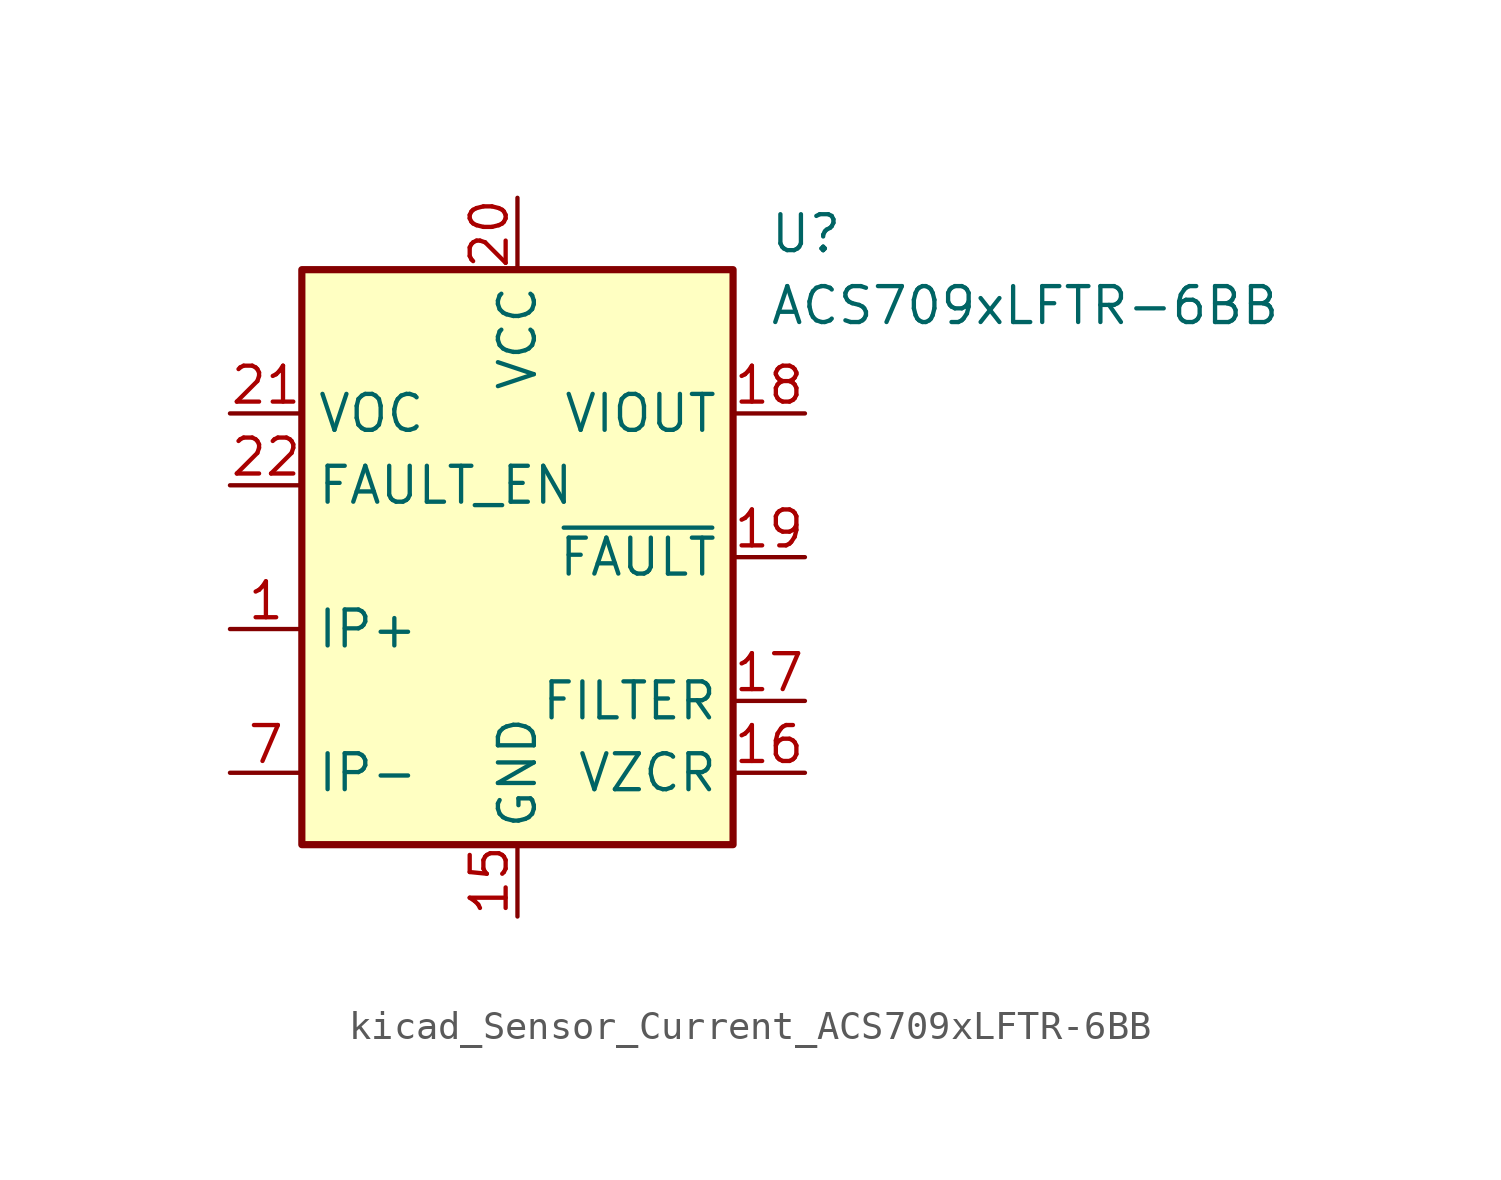
<source format=kicad_sym>
(kicad_symbol_lib
  (version 20220914)
  (generator kicad_symbol_editor)
  (symbol "kicad_Sensor_Current_ACS709xLFTR-6BB"
    (property "Reference" "U"
      (at 8.89 11.43 0)
      (effects (font (size 1.27 1.27)) (justify left)))
    (property "Value" "ACS709xLFTR-6BB"
      (at 8.89 8.89 0)
      (effects (font (size 1.27 1.27)) (justify left)))
    (symbol "kicad_Sensor_Current_ACS709xLFTR-6BB_0_1"
      (rectangle (start -7.62 10.16) (end 7.62 -10.16) (stroke (width 0.254) (type default)) (fill (type background))))
    (symbol "kicad_Sensor_Current_ACS709xLFTR-6BB_1_1"
      (pin passive line (at -10.16 -2.54 0) (length 2.54) (name "IP+" (effects (font (size 1.27 1.27)))) (number "1" (effects (font (size 1.27 1.27)))))
      (pin passive line (at -10.16 -7.62 0) (length 2.54) hide (name "IP-" (effects (font (size 1.27 1.27)))) (number "10" (effects (font (size 1.27 1.27)))))
      (pin passive line (at -10.16 -7.62 0) (length 2.54) hide (name "IP-" (effects (font (size 1.27 1.27)))) (number "11" (effects (font (size 1.27 1.27)))))
      (pin passive line (at -10.16 -7.62 0) (length 2.54) hide (name "IP-" (effects (font (size 1.27 1.27)))) (number "12" (effects (font (size 1.27 1.27)))))
      (pin no_connect line (at -7.62 10.16 0) (length 2.54) hide (name "NC" (effects (font (size 1.27 1.27)))) (number "13" (effects (font (size 1.27 1.27)))))
      (pin no_connect line (at -7.62 7.62 0) (length 2.54) hide (name "NC" (effects (font (size 1.27 1.27)))) (number "14" (effects (font (size 1.27 1.27)))))
      (pin power_in line (at 0 -12.7 90) (length 2.54) (name "GND" (effects (font (size 1.27 1.27)))) (number "15" (effects (font (size 1.27 1.27)))))
      (pin passive line (at 10.16 -7.62 180) (length 2.54) (name "VZCR" (effects (font (size 1.27 1.27)))) (number "16" (effects (font (size 1.27 1.27)))))
      (pin passive line (at 10.16 -5.08 180) (length 2.54) (name "FILTER" (effects (font (size 1.27 1.27)))) (number "17" (effects (font (size 1.27 1.27)))))
      (pin output line (at 10.16 5.08 180) (length 2.54) (name "VIOUT" (effects (font (size 1.27 1.27)))) (number "18" (effects (font (size 1.27 1.27)))))
      (pin output line (at 10.16 0 180) (length 2.54) (name "~{FAULT}" (effects (font (size 1.27 1.27)))) (number "19" (effects (font (size 1.27 1.27)))))
      (pin passive line (at -10.16 -2.54 0) (length 2.54) hide (name "IP+" (effects (font (size 1.27 1.27)))) (number "2" (effects (font (size 1.27 1.27)))))
      (pin power_in line (at 0 12.7 270) (length 2.54) (name "VCC" (effects (font (size 1.27 1.27)))) (number "20" (effects (font (size 1.27 1.27)))))
      (pin input line (at -10.16 5.08 0) (length 2.54) (name "VOC" (effects (font (size 1.27 1.27)))) (number "21" (effects (font (size 1.27 1.27)))))
      (pin input line (at -10.16 2.54 0) (length 2.54) (name "FAULT_EN" (effects (font (size 1.27 1.27)))) (number "22" (effects (font (size 1.27 1.27)))))
      (pin no_connect line (at -7.62 0 0) (length 2.54) hide (name "NC" (effects (font (size 1.27 1.27)))) (number "23" (effects (font (size 1.27 1.27)))))
      (pin no_connect line (at -7.62 -5.08 0) (length 2.54) hide (name "NC" (effects (font (size 1.27 1.27)))) (number "24" (effects (font (size 1.27 1.27)))))
      (pin passive line (at -10.16 -2.54 0) (length 2.54) hide (name "IP+" (effects (font (size 1.27 1.27)))) (number "3" (effects (font (size 1.27 1.27)))))
      (pin passive line (at -10.16 -2.54 0) (length 2.54) hide (name "IP+" (effects (font (size 1.27 1.27)))) (number "4" (effects (font (size 1.27 1.27)))))
      (pin passive line (at -10.16 -2.54 0) (length 2.54) hide (name "IP+" (effects (font (size 1.27 1.27)))) (number "5" (effects (font (size 1.27 1.27)))))
      (pin passive line (at -10.16 -2.54 0) (length 2.54) hide (name "IP+" (effects (font (size 1.27 1.27)))) (number "6" (effects (font (size 1.27 1.27)))))
      (pin passive line (at -10.16 -7.62 0) (length 2.54) (name "IP-" (effects (font (size 1.27 1.27)))) (number "7" (effects (font (size 1.27 1.27)))))
      (pin passive line (at -10.16 -7.62 0) (length 2.54) hide (name "IP-" (effects (font (size 1.27 1.27)))) (number "8" (effects (font (size 1.27 1.27)))))
      (pin passive line (at -10.16 -7.62 0) (length 2.54) hide (name "IP-" (effects (font (size 1.27 1.27)))) (number "9" (effects (font (size 1.27 1.27))))))))
</source>
